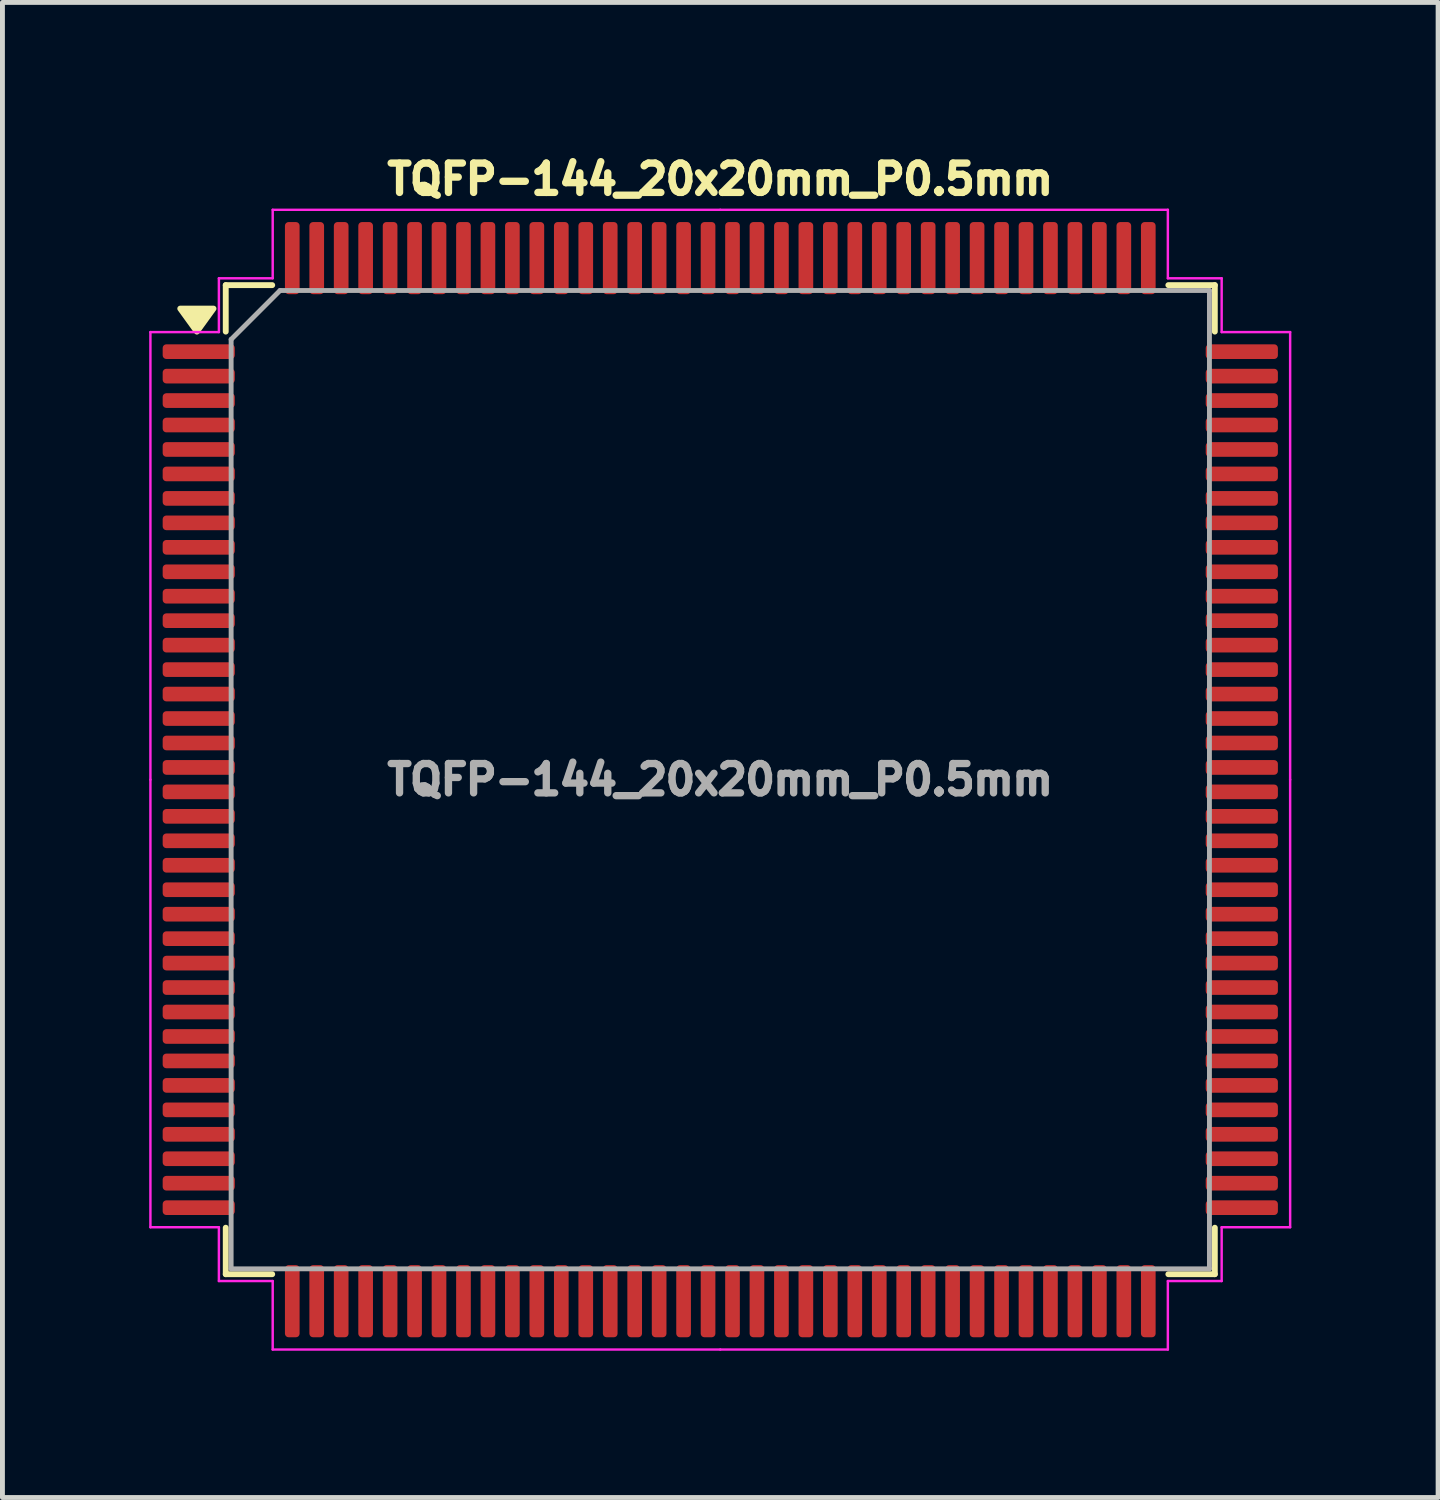
<source format=kicad_pcb>
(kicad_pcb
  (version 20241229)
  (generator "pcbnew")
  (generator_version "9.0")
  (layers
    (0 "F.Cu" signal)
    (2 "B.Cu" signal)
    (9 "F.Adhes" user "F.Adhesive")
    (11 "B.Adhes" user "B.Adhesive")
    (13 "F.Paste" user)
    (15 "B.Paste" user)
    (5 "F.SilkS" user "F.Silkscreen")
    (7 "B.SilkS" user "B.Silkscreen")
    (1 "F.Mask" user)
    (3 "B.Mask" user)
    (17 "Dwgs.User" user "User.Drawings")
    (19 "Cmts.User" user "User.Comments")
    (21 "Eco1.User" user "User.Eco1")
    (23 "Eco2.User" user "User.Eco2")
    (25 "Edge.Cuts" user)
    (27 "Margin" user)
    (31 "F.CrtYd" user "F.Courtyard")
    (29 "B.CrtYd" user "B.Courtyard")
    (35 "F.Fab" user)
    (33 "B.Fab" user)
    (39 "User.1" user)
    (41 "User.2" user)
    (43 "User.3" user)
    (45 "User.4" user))
  (footprint "TQFP-144_20x20mm_P0.5mm"
    (layer "F.Cu")
    (at 11.675 12.889)
    (property "Reference" "TQFP-144_20x20mm_P0.5mm" (at 0 -12.275 0) (layer "F.SilkS") (effects (font (size 0.6 0.6) (thickness 0.15))))
    (attr smd)
    (fp_line (start -10.11 -10.11) (end -10.11 -9.16) (stroke (width 0.12) (type solid)) (layer "F.SilkS"))
    (fp_line (start -10.11 10.11) (end -10.11 9.16) (stroke (width 0.12) (type solid)) (layer "F.SilkS"))
    (fp_line (start -9.16 -10.11) (end -10.11 -10.11) (stroke (width 0.12) (type solid)) (layer "F.SilkS"))
    (fp_line (start -9.16 10.11) (end -10.11 10.11) (stroke (width 0.12) (type solid)) (layer "F.SilkS"))
    (fp_line (start 9.16 -10.11) (end 10.11 -10.11) (stroke (width 0.12) (type solid)) (layer "F.SilkS"))
    (fp_line (start 9.16 10.11) (end 10.11 10.11) (stroke (width 0.12) (type solid)) (layer "F.SilkS"))
    (fp_line (start 10.11 -10.11) (end 10.11 -9.16) (stroke (width 0.12) (type solid)) (layer "F.SilkS"))
    (fp_line (start 10.11 10.11) (end 10.11 9.16) (stroke (width 0.12) (type solid)) (layer "F.SilkS"))
    (fp_poly (pts (xy -10.7 -9.16) (xy -11.04 -9.63) (xy -10.36 -9.63) (xy -10.7 -9.16)) (stroke (width 0.12) (type solid)) (fill yes) (layer "F.SilkS"))
    (fp_line (start -11.65 -9.15) (end -11.65 0) (stroke (width 0.05) (type solid)) (layer "F.CrtYd"))
    (fp_line (start -11.65 9.15) (end -11.65 0) (stroke (width 0.05) (type solid)) (layer "F.CrtYd"))
    (fp_line (start -10.25 -10.25) (end -10.25 -9.15) (stroke (width 0.05) (type solid)) (layer "F.CrtYd"))
    (fp_line (start -10.25 -9.15) (end -11.65 -9.15) (stroke (width 0.05) (type solid)) (layer "F.CrtYd"))
    (fp_line (start -10.25 9.15) (end -11.65 9.15) (stroke (width 0.05) (type solid)) (layer "F.CrtYd"))
    (fp_line (start -10.25 10.25) (end -10.25 9.15) (stroke (width 0.05) (type solid)) (layer "F.CrtYd"))
    (fp_line (start -9.15 -11.65) (end -9.15 -10.25) (stroke (width 0.05) (type solid)) (layer "F.CrtYd"))
    (fp_line (start -9.15 -10.25) (end -10.25 -10.25) (stroke (width 0.05) (type solid)) (layer "F.CrtYd"))
    (fp_line (start -9.15 10.25) (end -10.25 10.25) (stroke (width 0.05) (type solid)) (layer "F.CrtYd"))
    (fp_line (start -9.15 11.65) (end -9.15 10.25) (stroke (width 0.05) (type solid)) (layer "F.CrtYd"))
    (fp_line (start 0 -11.65) (end -9.15 -11.65) (stroke (width 0.05) (type solid)) (layer "F.CrtYd"))
    (fp_line (start 0 -11.65) (end 9.15 -11.65) (stroke (width 0.05) (type solid)) (layer "F.CrtYd"))
    (fp_line (start 0 11.65) (end -9.15 11.65) (stroke (width 0.05) (type solid)) (layer "F.CrtYd"))
    (fp_line (start 0 11.65) (end 9.15 11.65) (stroke (width 0.05) (type solid)) (layer "F.CrtYd"))
    (fp_line (start 9.15 -11.65) (end 9.15 -10.25) (stroke (width 0.05) (type solid)) (layer "F.CrtYd"))
    (fp_line (start 9.15 -10.25) (end 10.25 -10.25) (stroke (width 0.05) (type solid)) (layer "F.CrtYd"))
    (fp_line (start 9.15 10.25) (end 10.25 10.25) (stroke (width 0.05) (type solid)) (layer "F.CrtYd"))
    (fp_line (start 9.15 11.65) (end 9.15 10.25) (stroke (width 0.05) (type solid)) (layer "F.CrtYd"))
    (fp_line (start 10.25 -10.25) (end 10.25 -9.15) (stroke (width 0.05) (type solid)) (layer "F.CrtYd"))
    (fp_line (start 10.25 -9.15) (end 11.65 -9.15) (stroke (width 0.05) (type solid)) (layer "F.CrtYd"))
    (fp_line (start 10.25 9.15) (end 11.65 9.15) (stroke (width 0.05) (type solid)) (layer "F.CrtYd"))
    (fp_line (start 10.25 10.25) (end 10.25 9.15) (stroke (width 0.05) (type solid)) (layer "F.CrtYd"))
    (fp_line (start 11.65 -9.15) (end 11.65 0) (stroke (width 0.05) (type solid)) (layer "F.CrtYd"))
    (fp_line (start 11.65 9.15) (end 11.65 0) (stroke (width 0.05) (type solid)) (layer "F.CrtYd"))
    (fp_line (start -10 -9) (end -9 -10) (stroke (width 0.1) (type solid)) (layer "F.Fab"))
    (fp_line (start -10 10) (end -10 -9) (stroke (width 0.1) (type solid)) (layer "F.Fab"))
    (fp_line (start -9 -10) (end 10 -10) (stroke (width 0.1) (type solid)) (layer "F.Fab"))
    (fp_line (start 10 -10) (end 10 10) (stroke (width 0.1) (type solid)) (layer "F.Fab"))
    (fp_line (start 10 10) (end -10 10) (stroke (width 0.1) (type solid)) (layer "F.Fab"))
    (fp_text user "${REFERENCE}" (at 0 0 0) (layer "F.Fab") (effects (font (size 0.6 0.6) (thickness 0.15))))
    (pad "1" smd roundrect (at -10.662 -8.75) (size 1.475 0.3) (layers "F.Cu" "F.Mask" "F.Paste") (roundrect_rratio 0.25))
    (pad "2" smd roundrect (at -10.662 -8.25) (size 1.475 0.3) (layers "F.Cu" "F.Mask" "F.Paste") (roundrect_rratio 0.25))
    (pad "3" smd roundrect (at -10.662 -7.75) (size 1.475 0.3) (layers "F.Cu" "F.Mask" "F.Paste") (roundrect_rratio 0.25))
    (pad "4" smd roundrect (at -10.662 -7.25) (size 1.475 0.3) (layers "F.Cu" "F.Mask" "F.Paste") (roundrect_rratio 0.25))
    (pad "5" smd roundrect (at -10.662 -6.75) (size 1.475 0.3) (layers "F.Cu" "F.Mask" "F.Paste") (roundrect_rratio 0.25))
    (pad "6" smd roundrect (at -10.662 -6.25) (size 1.475 0.3) (layers "F.Cu" "F.Mask" "F.Paste") (roundrect_rratio 0.25))
    (pad "7" smd roundrect (at -10.662 -5.75) (size 1.475 0.3) (layers "F.Cu" "F.Mask" "F.Paste") (roundrect_rratio 0.25))
    (pad "8" smd roundrect (at -10.662 -5.25) (size 1.475 0.3) (layers "F.Cu" "F.Mask" "F.Paste") (roundrect_rratio 0.25))
    (pad "9" smd roundrect (at -10.662 -4.75) (size 1.475 0.3) (layers "F.Cu" "F.Mask" "F.Paste") (roundrect_rratio 0.25))
    (pad "10" smd roundrect (at -10.662 -4.25) (size 1.475 0.3) (layers "F.Cu" "F.Mask" "F.Paste") (roundrect_rratio 0.25))
    (pad "11" smd roundrect (at -10.662 -3.75) (size 1.475 0.3) (layers "F.Cu" "F.Mask" "F.Paste") (roundrect_rratio 0.25))
    (pad "12" smd roundrect (at -10.662 -3.25) (size 1.475 0.3) (layers "F.Cu" "F.Mask" "F.Paste") (roundrect_rratio 0.25))
    (pad "13" smd roundrect (at -10.662 -2.75) (size 1.475 0.3) (layers "F.Cu" "F.Mask" "F.Paste") (roundrect_rratio 0.25))
    (pad "14" smd roundrect (at -10.662 -2.25) (size 1.475 0.3) (layers "F.Cu" "F.Mask" "F.Paste") (roundrect_rratio 0.25))
    (pad "15" smd roundrect (at -10.662 -1.75) (size 1.475 0.3) (layers "F.Cu" "F.Mask" "F.Paste") (roundrect_rratio 0.25))
    (pad "16" smd roundrect (at -10.662 -1.25) (size 1.475 0.3) (layers "F.Cu" "F.Mask" "F.Paste") (roundrect_rratio 0.25))
    (pad "17" smd roundrect (at -10.662 -0.75) (size 1.475 0.3) (layers "F.Cu" "F.Mask" "F.Paste") (roundrect_rratio 0.25))
    (pad "18" smd roundrect (at -10.662 -0.25) (size 1.475 0.3) (layers "F.Cu" "F.Mask" "F.Paste") (roundrect_rratio 0.25))
    (pad "19" smd roundrect (at -10.662 0.25) (size 1.475 0.3) (layers "F.Cu" "F.Mask" "F.Paste") (roundrect_rratio 0.25))
    (pad "20" smd roundrect (at -10.662 0.75) (size 1.475 0.3) (layers "F.Cu" "F.Mask" "F.Paste") (roundrect_rratio 0.25))
    (pad "21" smd roundrect (at -10.662 1.25) (size 1.475 0.3) (layers "F.Cu" "F.Mask" "F.Paste") (roundrect_rratio 0.25))
    (pad "22" smd roundrect (at -10.662 1.75) (size 1.475 0.3) (layers "F.Cu" "F.Mask" "F.Paste") (roundrect_rratio 0.25))
    (pad "23" smd roundrect (at -10.662 2.25) (size 1.475 0.3) (layers "F.Cu" "F.Mask" "F.Paste") (roundrect_rratio 0.25))
    (pad "24" smd roundrect (at -10.662 2.75) (size 1.475 0.3) (layers "F.Cu" "F.Mask" "F.Paste") (roundrect_rratio 0.25))
    (pad "25" smd roundrect (at -10.662 3.25) (size 1.475 0.3) (layers "F.Cu" "F.Mask" "F.Paste") (roundrect_rratio 0.25))
    (pad "26" smd roundrect (at -10.662 3.75) (size 1.475 0.3) (layers "F.Cu" "F.Mask" "F.Paste") (roundrect_rratio 0.25))
    (pad "27" smd roundrect (at -10.662 4.25) (size 1.475 0.3) (layers "F.Cu" "F.Mask" "F.Paste") (roundrect_rratio 0.25))
    (pad "28" smd roundrect (at -10.662 4.75) (size 1.475 0.3) (layers "F.Cu" "F.Mask" "F.Paste") (roundrect_rratio 0.25))
    (pad "29" smd roundrect (at -10.662 5.25) (size 1.475 0.3) (layers "F.Cu" "F.Mask" "F.Paste") (roundrect_rratio 0.25))
    (pad "30" smd roundrect (at -10.662 5.75) (size 1.475 0.3) (layers "F.Cu" "F.Mask" "F.Paste") (roundrect_rratio 0.25))
    (pad "31" smd roundrect (at -10.662 6.25) (size 1.475 0.3) (layers "F.Cu" "F.Mask" "F.Paste") (roundrect_rratio 0.25))
    (pad "32" smd roundrect (at -10.662 6.75) (size 1.475 0.3) (layers "F.Cu" "F.Mask" "F.Paste") (roundrect_rratio 0.25))
    (pad "33" smd roundrect (at -10.662 7.25) (size 1.475 0.3) (layers "F.Cu" "F.Mask" "F.Paste") (roundrect_rratio 0.25))
    (pad "34" smd roundrect (at -10.662 7.75) (size 1.475 0.3) (layers "F.Cu" "F.Mask" "F.Paste") (roundrect_rratio 0.25))
    (pad "35" smd roundrect (at -10.662 8.25) (size 1.475 0.3) (layers "F.Cu" "F.Mask" "F.Paste") (roundrect_rratio 0.25))
    (pad "36" smd roundrect (at -10.662 8.75) (size 1.475 0.3) (layers "F.Cu" "F.Mask" "F.Paste") (roundrect_rratio 0.25))
    (pad "37" smd roundrect (at -8.75 10.662) (size 0.3 1.475) (layers "F.Cu" "F.Mask" "F.Paste") (roundrect_rratio 0.25))
    (pad "38" smd roundrect (at -8.25 10.662) (size 0.3 1.475) (layers "F.Cu" "F.Mask" "F.Paste") (roundrect_rratio 0.25))
    (pad "39" smd roundrect (at -7.75 10.662) (size 0.3 1.475) (layers "F.Cu" "F.Mask" "F.Paste") (roundrect_rratio 0.25))
    (pad "40" smd roundrect (at -7.25 10.662) (size 0.3 1.475) (layers "F.Cu" "F.Mask" "F.Paste") (roundrect_rratio 0.25))
    (pad "41" smd roundrect (at -6.75 10.662) (size 0.3 1.475) (layers "F.Cu" "F.Mask" "F.Paste") (roundrect_rratio 0.25))
    (pad "42" smd roundrect (at -6.25 10.662) (size 0.3 1.475) (layers "F.Cu" "F.Mask" "F.Paste") (roundrect_rratio 0.25))
    (pad "43" smd roundrect (at -5.75 10.662) (size 0.3 1.475) (layers "F.Cu" "F.Mask" "F.Paste") (roundrect_rratio 0.25))
    (pad "44" smd roundrect (at -5.25 10.662) (size 0.3 1.475) (layers "F.Cu" "F.Mask" "F.Paste") (roundrect_rratio 0.25))
    (pad "45" smd roundrect (at -4.75 10.662) (size 0.3 1.475) (layers "F.Cu" "F.Mask" "F.Paste") (roundrect_rratio 0.25))
    (pad "46" smd roundrect (at -4.25 10.662) (size 0.3 1.475) (layers "F.Cu" "F.Mask" "F.Paste") (roundrect_rratio 0.25))
    (pad "47" smd roundrect (at -3.75 10.662) (size 0.3 1.475) (layers "F.Cu" "F.Mask" "F.Paste") (roundrect_rratio 0.25))
    (pad "48" smd roundrect (at -3.25 10.662) (size 0.3 1.475) (layers "F.Cu" "F.Mask" "F.Paste") (roundrect_rratio 0.25))
    (pad "49" smd roundrect (at -2.75 10.662) (size 0.3 1.475) (layers "F.Cu" "F.Mask" "F.Paste") (roundrect_rratio 0.25))
    (pad "50" smd roundrect (at -2.25 10.662) (size 0.3 1.475) (layers "F.Cu" "F.Mask" "F.Paste") (roundrect_rratio 0.25))
    (pad "51" smd roundrect (at -1.75 10.662) (size 0.3 1.475) (layers "F.Cu" "F.Mask" "F.Paste") (roundrect_rratio 0.25))
    (pad "52" smd roundrect (at -1.25 10.662) (size 0.3 1.475) (layers "F.Cu" "F.Mask" "F.Paste") (roundrect_rratio 0.25))
    (pad "53" smd roundrect (at -0.75 10.662) (size 0.3 1.475) (layers "F.Cu" "F.Mask" "F.Paste") (roundrect_rratio 0.25))
    (pad "54" smd roundrect (at -0.25 10.662) (size 0.3 1.475) (layers "F.Cu" "F.Mask" "F.Paste") (roundrect_rratio 0.25))
    (pad "55" smd roundrect (at 0.25 10.662) (size 0.3 1.475) (layers "F.Cu" "F.Mask" "F.Paste") (roundrect_rratio 0.25))
    (pad "56" smd roundrect (at 0.75 10.662) (size 0.3 1.475) (layers "F.Cu" "F.Mask" "F.Paste") (roundrect_rratio 0.25))
    (pad "57" smd roundrect (at 1.25 10.662) (size 0.3 1.475) (layers "F.Cu" "F.Mask" "F.Paste") (roundrect_rratio 0.25))
    (pad "58" smd roundrect (at 1.75 10.662) (size 0.3 1.475) (layers "F.Cu" "F.Mask" "F.Paste") (roundrect_rratio 0.25))
    (pad "59" smd roundrect (at 2.25 10.662) (size 0.3 1.475) (layers "F.Cu" "F.Mask" "F.Paste") (roundrect_rratio 0.25))
    (pad "60" smd roundrect (at 2.75 10.662) (size 0.3 1.475) (layers "F.Cu" "F.Mask" "F.Paste") (roundrect_rratio 0.25))
    (pad "61" smd roundrect (at 3.25 10.662) (size 0.3 1.475) (layers "F.Cu" "F.Mask" "F.Paste") (roundrect_rratio 0.25))
    (pad "62" smd roundrect (at 3.75 10.662) (size 0.3 1.475) (layers "F.Cu" "F.Mask" "F.Paste") (roundrect_rratio 0.25))
    (pad "63" smd roundrect (at 4.25 10.662) (size 0.3 1.475) (layers "F.Cu" "F.Mask" "F.Paste") (roundrect_rratio 0.25))
    (pad "64" smd roundrect (at 4.75 10.662) (size 0.3 1.475) (layers "F.Cu" "F.Mask" "F.Paste") (roundrect_rratio 0.25))
    (pad "65" smd roundrect (at 5.25 10.662) (size 0.3 1.475) (layers "F.Cu" "F.Mask" "F.Paste") (roundrect_rratio 0.25))
    (pad "66" smd roundrect (at 5.75 10.662) (size 0.3 1.475) (layers "F.Cu" "F.Mask" "F.Paste") (roundrect_rratio 0.25))
    (pad "67" smd roundrect (at 6.25 10.662) (size 0.3 1.475) (layers "F.Cu" "F.Mask" "F.Paste") (roundrect_rratio 0.25))
    (pad "68" smd roundrect (at 6.75 10.662) (size 0.3 1.475) (layers "F.Cu" "F.Mask" "F.Paste") (roundrect_rratio 0.25))
    (pad "69" smd roundrect (at 7.25 10.662) (size 0.3 1.475) (layers "F.Cu" "F.Mask" "F.Paste") (roundrect_rratio 0.25))
    (pad "70" smd roundrect (at 7.75 10.662) (size 0.3 1.475) (layers "F.Cu" "F.Mask" "F.Paste") (roundrect_rratio 0.25))
    (pad "71" smd roundrect (at 8.25 10.662) (size 0.3 1.475) (layers "F.Cu" "F.Mask" "F.Paste") (roundrect_rratio 0.25))
    (pad "72" smd roundrect (at 8.75 10.662) (size 0.3 1.475) (layers "F.Cu" "F.Mask" "F.Paste") (roundrect_rratio 0.25))
    (pad "73" smd roundrect (at 10.662 8.75) (size 1.475 0.3) (layers "F.Cu" "F.Mask" "F.Paste") (roundrect_rratio 0.25))
    (pad "74" smd roundrect (at 10.662 8.25) (size 1.475 0.3) (layers "F.Cu" "F.Mask" "F.Paste") (roundrect_rratio 0.25))
    (pad "75" smd roundrect (at 10.662 7.75) (size 1.475 0.3) (layers "F.Cu" "F.Mask" "F.Paste") (roundrect_rratio 0.25))
    (pad "76" smd roundrect (at 10.662 7.25) (size 1.475 0.3) (layers "F.Cu" "F.Mask" "F.Paste") (roundrect_rratio 0.25))
    (pad "77" smd roundrect (at 10.662 6.75) (size 1.475 0.3) (layers "F.Cu" "F.Mask" "F.Paste") (roundrect_rratio 0.25))
    (pad "78" smd roundrect (at 10.662 6.25) (size 1.475 0.3) (layers "F.Cu" "F.Mask" "F.Paste") (roundrect_rratio 0.25))
    (pad "79" smd roundrect (at 10.662 5.75) (size 1.475 0.3) (layers "F.Cu" "F.Mask" "F.Paste") (roundrect_rratio 0.25))
    (pad "80" smd roundrect (at 10.662 5.25) (size 1.475 0.3) (layers "F.Cu" "F.Mask" "F.Paste") (roundrect_rratio 0.25))
    (pad "81" smd roundrect (at 10.662 4.75) (size 1.475 0.3) (layers "F.Cu" "F.Mask" "F.Paste") (roundrect_rratio 0.25))
    (pad "82" smd roundrect (at 10.662 4.25) (size 1.475 0.3) (layers "F.Cu" "F.Mask" "F.Paste") (roundrect_rratio 0.25))
    (pad "83" smd roundrect (at 10.662 3.75) (size 1.475 0.3) (layers "F.Cu" "F.Mask" "F.Paste") (roundrect_rratio 0.25))
    (pad "84" smd roundrect (at 10.662 3.25) (size 1.475 0.3) (layers "F.Cu" "F.Mask" "F.Paste") (roundrect_rratio 0.25))
    (pad "85" smd roundrect (at 10.662 2.75) (size 1.475 0.3) (layers "F.Cu" "F.Mask" "F.Paste") (roundrect_rratio 0.25))
    (pad "86" smd roundrect (at 10.662 2.25) (size 1.475 0.3) (layers "F.Cu" "F.Mask" "F.Paste") (roundrect_rratio 0.25))
    (pad "87" smd roundrect (at 10.662 1.75) (size 1.475 0.3) (layers "F.Cu" "F.Mask" "F.Paste") (roundrect_rratio 0.25))
    (pad "88" smd roundrect (at 10.662 1.25) (size 1.475 0.3) (layers "F.Cu" "F.Mask" "F.Paste") (roundrect_rratio 0.25))
    (pad "89" smd roundrect (at 10.662 0.75) (size 1.475 0.3) (layers "F.Cu" "F.Mask" "F.Paste") (roundrect_rratio 0.25))
    (pad "90" smd roundrect (at 10.662 0.25) (size 1.475 0.3) (layers "F.Cu" "F.Mask" "F.Paste") (roundrect_rratio 0.25))
    (pad "91" smd roundrect (at 10.662 -0.25) (size 1.475 0.3) (layers "F.Cu" "F.Mask" "F.Paste") (roundrect_rratio 0.25))
    (pad "92" smd roundrect (at 10.662 -0.75) (size 1.475 0.3) (layers "F.Cu" "F.Mask" "F.Paste") (roundrect_rratio 0.25))
    (pad "93" smd roundrect (at 10.662 -1.25) (size 1.475 0.3) (layers "F.Cu" "F.Mask" "F.Paste") (roundrect_rratio 0.25))
    (pad "94" smd roundrect (at 10.662 -1.75) (size 1.475 0.3) (layers "F.Cu" "F.Mask" "F.Paste") (roundrect_rratio 0.25))
    (pad "95" smd roundrect (at 10.662 -2.25) (size 1.475 0.3) (layers "F.Cu" "F.Mask" "F.Paste") (roundrect_rratio 0.25))
    (pad "96" smd roundrect (at 10.662 -2.75) (size 1.475 0.3) (layers "F.Cu" "F.Mask" "F.Paste") (roundrect_rratio 0.25))
    (pad "97" smd roundrect (at 10.662 -3.25) (size 1.475 0.3) (layers "F.Cu" "F.Mask" "F.Paste") (roundrect_rratio 0.25))
    (pad "98" smd roundrect (at 10.662 -3.75) (size 1.475 0.3) (layers "F.Cu" "F.Mask" "F.Paste") (roundrect_rratio 0.25))
    (pad "99" smd roundrect (at 10.662 -4.25) (size 1.475 0.3) (layers "F.Cu" "F.Mask" "F.Paste") (roundrect_rratio 0.25))
    (pad "100" smd roundrect (at 10.662 -4.75) (size 1.475 0.3) (layers "F.Cu" "F.Mask" "F.Paste") (roundrect_rratio 0.25))
    (pad "101" smd roundrect (at 10.662 -5.25) (size 1.475 0.3) (layers "F.Cu" "F.Mask" "F.Paste") (roundrect_rratio 0.25))
    (pad "102" smd roundrect (at 10.662 -5.75) (size 1.475 0.3) (layers "F.Cu" "F.Mask" "F.Paste") (roundrect_rratio 0.25))
    (pad "103" smd roundrect (at 10.662 -6.25) (size 1.475 0.3) (layers "F.Cu" "F.Mask" "F.Paste") (roundrect_rratio 0.25))
    (pad "104" smd roundrect (at 10.662 -6.75) (size 1.475 0.3) (layers "F.Cu" "F.Mask" "F.Paste") (roundrect_rratio 0.25))
    (pad "105" smd roundrect (at 10.662 -7.25) (size 1.475 0.3) (layers "F.Cu" "F.Mask" "F.Paste") (roundrect_rratio 0.25))
    (pad "106" smd roundrect (at 10.662 -7.75) (size 1.475 0.3) (layers "F.Cu" "F.Mask" "F.Paste") (roundrect_rratio 0.25))
    (pad "107" smd roundrect (at 10.662 -8.25) (size 1.475 0.3) (layers "F.Cu" "F.Mask" "F.Paste") (roundrect_rratio 0.25))
    (pad "108" smd roundrect (at 10.662 -8.75) (size 1.475 0.3) (layers "F.Cu" "F.Mask" "F.Paste") (roundrect_rratio 0.25))
    (pad "109" smd roundrect (at 8.75 -10.662) (size 0.3 1.475) (layers "F.Cu" "F.Mask" "F.Paste") (roundrect_rratio 0.25))
    (pad "110" smd roundrect (at 8.25 -10.662) (size 0.3 1.475) (layers "F.Cu" "F.Mask" "F.Paste") (roundrect_rratio 0.25))
    (pad "111" smd roundrect (at 7.75 -10.662) (size 0.3 1.475) (layers "F.Cu" "F.Mask" "F.Paste") (roundrect_rratio 0.25))
    (pad "112" smd roundrect (at 7.25 -10.662) (size 0.3 1.475) (layers "F.Cu" "F.Mask" "F.Paste") (roundrect_rratio 0.25))
    (pad "113" smd roundrect (at 6.75 -10.662) (size 0.3 1.475) (layers "F.Cu" "F.Mask" "F.Paste") (roundrect_rratio 0.25))
    (pad "114" smd roundrect (at 6.25 -10.662) (size 0.3 1.475) (layers "F.Cu" "F.Mask" "F.Paste") (roundrect_rratio 0.25))
    (pad "115" smd roundrect (at 5.75 -10.662) (size 0.3 1.475) (layers "F.Cu" "F.Mask" "F.Paste") (roundrect_rratio 0.25))
    (pad "116" smd roundrect (at 5.25 -10.662) (size 0.3 1.475) (layers "F.Cu" "F.Mask" "F.Paste") (roundrect_rratio 0.25))
    (pad "117" smd roundrect (at 4.75 -10.662) (size 0.3 1.475) (layers "F.Cu" "F.Mask" "F.Paste") (roundrect_rratio 0.25))
    (pad "118" smd roundrect (at 4.25 -10.662) (size 0.3 1.475) (layers "F.Cu" "F.Mask" "F.Paste") (roundrect_rratio 0.25))
    (pad "119" smd roundrect (at 3.75 -10.662) (size 0.3 1.475) (layers "F.Cu" "F.Mask" "F.Paste") (roundrect_rratio 0.25))
    (pad "120" smd roundrect (at 3.25 -10.662) (size 0.3 1.475) (layers "F.Cu" "F.Mask" "F.Paste") (roundrect_rratio 0.25))
    (pad "121" smd roundrect (at 2.75 -10.662) (size 0.3 1.475) (layers "F.Cu" "F.Mask" "F.Paste") (roundrect_rratio 0.25))
    (pad "122" smd roundrect (at 2.25 -10.662) (size 0.3 1.475) (layers "F.Cu" "F.Mask" "F.Paste") (roundrect_rratio 0.25))
    (pad "123" smd roundrect (at 1.75 -10.662) (size 0.3 1.475) (layers "F.Cu" "F.Mask" "F.Paste") (roundrect_rratio 0.25))
    (pad "124" smd roundrect (at 1.25 -10.662) (size 0.3 1.475) (layers "F.Cu" "F.Mask" "F.Paste") (roundrect_rratio 0.25))
    (pad "125" smd roundrect (at 0.75 -10.662) (size 0.3 1.475) (layers "F.Cu" "F.Mask" "F.Paste") (roundrect_rratio 0.25))
    (pad "126" smd roundrect (at 0.25 -10.662) (size 0.3 1.475) (layers "F.Cu" "F.Mask" "F.Paste") (roundrect_rratio 0.25))
    (pad "127" smd roundrect (at -0.25 -10.662) (size 0.3 1.475) (layers "F.Cu" "F.Mask" "F.Paste") (roundrect_rratio 0.25))
    (pad "128" smd roundrect (at -0.75 -10.662) (size 0.3 1.475) (layers "F.Cu" "F.Mask" "F.Paste") (roundrect_rratio 0.25))
    (pad "129" smd roundrect (at -1.25 -10.662) (size 0.3 1.475) (layers "F.Cu" "F.Mask" "F.Paste") (roundrect_rratio 0.25))
    (pad "130" smd roundrect (at -1.75 -10.662) (size 0.3 1.475) (layers "F.Cu" "F.Mask" "F.Paste") (roundrect_rratio 0.25))
    (pad "131" smd roundrect (at -2.25 -10.662) (size 0.3 1.475) (layers "F.Cu" "F.Mask" "F.Paste") (roundrect_rratio 0.25))
    (pad "132" smd roundrect (at -2.75 -10.662) (size 0.3 1.475) (layers "F.Cu" "F.Mask" "F.Paste") (roundrect_rratio 0.25))
    (pad "133" smd roundrect (at -3.25 -10.662) (size 0.3 1.475) (layers "F.Cu" "F.Mask" "F.Paste") (roundrect_rratio 0.25))
    (pad "134" smd roundrect (at -3.75 -10.662) (size 0.3 1.475) (layers "F.Cu" "F.Mask" "F.Paste") (roundrect_rratio 0.25))
    (pad "135" smd roundrect (at -4.25 -10.662) (size 0.3 1.475) (layers "F.Cu" "F.Mask" "F.Paste") (roundrect_rratio 0.25))
    (pad "136" smd roundrect (at -4.75 -10.662) (size 0.3 1.475) (layers "F.Cu" "F.Mask" "F.Paste") (roundrect_rratio 0.25))
    (pad "137" smd roundrect (at -5.25 -10.662) (size 0.3 1.475) (layers "F.Cu" "F.Mask" "F.Paste") (roundrect_rratio 0.25))
    (pad "138" smd roundrect (at -5.75 -10.662) (size 0.3 1.475) (layers "F.Cu" "F.Mask" "F.Paste") (roundrect_rratio 0.25))
    (pad "139" smd roundrect (at -6.25 -10.662) (size 0.3 1.475) (layers "F.Cu" "F.Mask" "F.Paste") (roundrect_rratio 0.25))
    (pad "140" smd roundrect (at -6.75 -10.662) (size 0.3 1.475) (layers "F.Cu" "F.Mask" "F.Paste") (roundrect_rratio 0.25))
    (pad "141" smd roundrect (at -7.25 -10.662) (size 0.3 1.475) (layers "F.Cu" "F.Mask" "F.Paste") (roundrect_rratio 0.25))
    (pad "142" smd roundrect (at -7.75 -10.662) (size 0.3 1.475) (layers "F.Cu" "F.Mask" "F.Paste") (roundrect_rratio 0.25))
    (pad "143" smd roundrect (at -8.25 -10.662) (size 0.3 1.475) (layers "F.Cu" "F.Mask" "F.Paste") (roundrect_rratio 0.25))
    (pad "144" smd roundrect (at -8.75 -10.662) (size 0.3 1.475) (layers "F.Cu" "F.Mask" "F.Paste") (roundrect_rratio 0.25)))
  (gr_rect
    (start -3 -3)
    (end 26.35 27.564)
    (stroke (width 0.1) (type default))
    (fill no)
    (layer "Edge.Cuts")))
</source>
